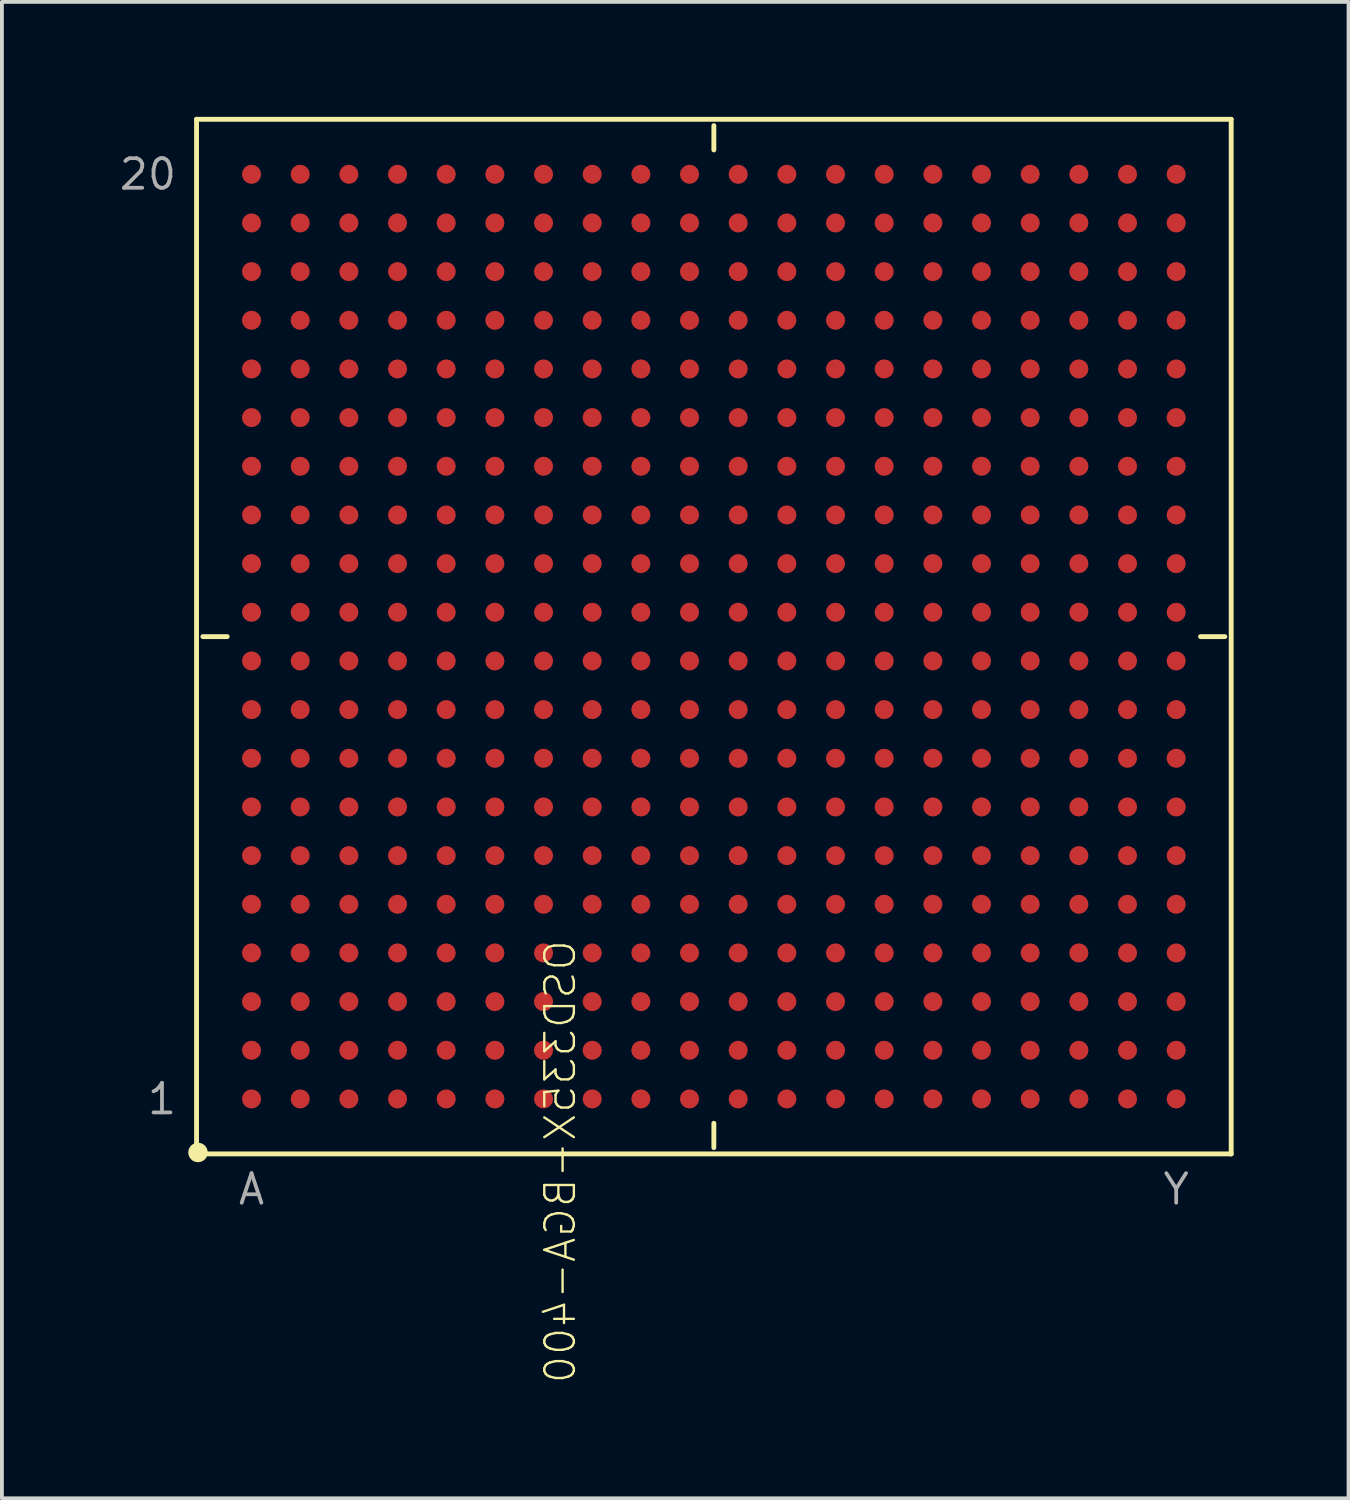
<source format=kicad_pcb>
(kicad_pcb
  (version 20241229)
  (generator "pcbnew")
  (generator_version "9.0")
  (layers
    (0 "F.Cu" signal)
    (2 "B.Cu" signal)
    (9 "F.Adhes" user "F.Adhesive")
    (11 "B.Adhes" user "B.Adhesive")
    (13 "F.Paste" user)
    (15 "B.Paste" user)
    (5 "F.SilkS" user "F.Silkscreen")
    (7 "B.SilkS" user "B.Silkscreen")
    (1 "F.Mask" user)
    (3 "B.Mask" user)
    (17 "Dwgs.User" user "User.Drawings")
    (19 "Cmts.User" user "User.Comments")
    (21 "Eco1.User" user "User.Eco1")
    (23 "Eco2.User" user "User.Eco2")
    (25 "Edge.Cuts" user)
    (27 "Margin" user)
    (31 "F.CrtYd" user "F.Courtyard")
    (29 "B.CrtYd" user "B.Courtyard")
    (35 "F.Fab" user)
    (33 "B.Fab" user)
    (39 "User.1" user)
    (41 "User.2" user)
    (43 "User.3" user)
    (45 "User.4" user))
  (footprint "OSD335X-BGA-400"
    (layer "F.Cu")
    (at 15.579 13.563)
    (property "Reference" "OSD335X-BGA-400" (at -3.556 7.874 90) (layer "F.SilkS") (effects (font (size 0.772 0.772) (thickness 0.062)) (justify left bottom mirror)))
    (attr through_hole)
    (fp_line (start -13.5 -13.5) (end -13.5 13.5) (stroke (width 0.127) (type solid)) (layer "F.SilkS"))
    (fp_line (start -13.5 13.5) (end 13.5 13.5) (stroke (width 0.127) (type solid)) (layer "F.SilkS"))
    (fp_line (start -13.335 0) (end -12.7 0) (stroke (width 0.127) (type solid)) (layer "F.SilkS"))
    (fp_line (start 0 -12.7) (end 0 -13.335) (stroke (width 0.127) (type solid)) (layer "F.SilkS"))
    (fp_line (start 0 12.7) (end 0 13.335) (stroke (width 0.127) (type solid)) (layer "F.SilkS"))
    (fp_line (start 12.7 0) (end 13.335 0) (stroke (width 0.127) (type solid)) (layer "F.SilkS"))
    (fp_line (start 13.5 -13.5) (end -13.5 -13.5) (stroke (width 0.127) (type solid)) (layer "F.SilkS"))
    (fp_line (start 13.5 13.5) (end 13.5 -13.5) (stroke (width 0.127) (type solid)) (layer "F.SilkS"))
    (fp_circle (center -13.462 13.462) (end -13.335 13.462) (stroke (width 0.254) (type solid)) (fill no) (layer "F.SilkS"))
    (fp_text user "20" (at -13.97 -12.065 0) (layer "F.Fab") (effects (font (size 0.772 0.772) (thickness 0.098)) (justify right)))
    (fp_text user "1" (at -13.97 12.065 0) (layer "F.Fab") (effects (font (size 0.772 0.772) (thickness 0.098)) (justify right)))
    (fp_text user "A" (at -12.065 13.97 0) (layer "F.Fab") (effects (font (size 0.772 0.772) (thickness 0.098)) (justify top)))
    (fp_text user "Y" (at 12.065 13.97 0) (layer "F.Fab") (effects (font (size 0.772 0.772) (thickness 0.098)) (justify top)))
    (pad "A1" smd roundrect (at -12.065 12.065) (size 0.5 0.5) (layers "F.Cu" "F.Mask" "F.Paste") (roundrect_rratio 0.5))
    (pad "A2" smd roundrect (at -12.065 10.795 90) (size 0.5 0.5) (layers "F.Cu" "F.Mask" "F.Paste") (roundrect_rratio 0.5))
    (pad "A3" smd roundrect (at -12.065 9.525 90) (size 0.5 0.5) (layers "F.Cu" "F.Mask" "F.Paste") (roundrect_rratio 0.5))
    (pad "A4" smd roundrect (at -12.065 8.255 90) (size 0.5 0.5) (layers "F.Cu" "F.Mask" "F.Paste") (roundrect_rratio 0.5))
    (pad "A5" smd roundrect (at -12.065 6.985 90) (size 0.5 0.5) (layers "F.Cu" "F.Mask" "F.Paste") (roundrect_rratio 0.5))
    (pad "A6" smd roundrect (at -12.065 5.715 90) (size 0.5 0.5) (layers "F.Cu" "F.Mask" "F.Paste") (roundrect_rratio 0.5))
    (pad "A7" smd roundrect (at -12.065 4.445 90) (size 0.5 0.5) (layers "F.Cu" "F.Mask" "F.Paste") (roundrect_rratio 0.5))
    (pad "A8" smd roundrect (at -12.065 3.175 90) (size 0.5 0.5) (layers "F.Cu" "F.Mask" "F.Paste") (roundrect_rratio 0.5))
    (pad "A9" smd roundrect (at -12.065 1.905 90) (size 0.5 0.5) (layers "F.Cu" "F.Mask" "F.Paste") (roundrect_rratio 0.5))
    (pad "A10" smd roundrect (at -12.065 0.635 90) (size 0.5 0.5) (layers "F.Cu" "F.Mask" "F.Paste") (roundrect_rratio 0.5))
    (pad "A11" smd roundrect (at -12.065 -0.635 90) (size 0.5 0.5) (layers "F.Cu" "F.Mask" "F.Paste") (roundrect_rratio 0.5))
    (pad "A12" smd roundrect (at -12.065 -1.905 90) (size 0.5 0.5) (layers "F.Cu" "F.Mask" "F.Paste") (roundrect_rratio 0.5))
    (pad "A13" smd roundrect (at -12.065 -3.175 90) (size 0.5 0.5) (layers "F.Cu" "F.Mask" "F.Paste") (roundrect_rratio 0.5))
    (pad "A14" smd roundrect (at -12.065 -4.445 90) (size 0.5 0.5) (layers "F.Cu" "F.Mask" "F.Paste") (roundrect_rratio 0.5))
    (pad "A15" smd roundrect (at -12.065 -5.715 90) (size 0.5 0.5) (layers "F.Cu" "F.Mask" "F.Paste") (roundrect_rratio 0.5))
    (pad "A16" smd roundrect (at -12.065 -6.985 90) (size 0.5 0.5) (layers "F.Cu" "F.Mask" "F.Paste") (roundrect_rratio 0.5))
    (pad "A17" smd roundrect (at -12.065 -8.255 90) (size 0.5 0.5) (layers "F.Cu" "F.Mask" "F.Paste") (roundrect_rratio 0.5))
    (pad "A18" smd roundrect (at -12.065 -9.525 90) (size 0.5 0.5) (layers "F.Cu" "F.Mask" "F.Paste") (roundrect_rratio 0.5))
    (pad "A19" smd roundrect (at -12.065 -10.795 90) (size 0.5 0.5) (layers "F.Cu" "F.Mask" "F.Paste") (roundrect_rratio 0.5))
    (pad "A20" smd roundrect (at -12.065 -12.065 90) (size 0.5 0.5) (layers "F.Cu" "F.Mask" "F.Paste") (roundrect_rratio 0.5))
    (pad "B1" smd roundrect (at -10.795 12.065 90) (size 0.5 0.5) (layers "F.Cu" "F.Mask" "F.Paste") (roundrect_rratio 0.5))
    (pad "B2" smd roundrect (at -10.795 10.795 90) (size 0.5 0.5) (layers "F.Cu" "F.Mask" "F.Paste") (roundrect_rratio 0.5))
    (pad "B3" smd roundrect (at -10.795 9.525 90) (size 0.5 0.5) (layers "F.Cu" "F.Mask" "F.Paste") (roundrect_rratio 0.5))
    (pad "B4" smd roundrect (at -10.795 8.255 90) (size 0.5 0.5) (layers "F.Cu" "F.Mask" "F.Paste") (roundrect_rratio 0.5))
    (pad "B5" smd roundrect (at -10.795 6.985 90) (size 0.5 0.5) (layers "F.Cu" "F.Mask" "F.Paste") (roundrect_rratio 0.5))
    (pad "B6" smd roundrect (at -10.795 5.715 90) (size 0.5 0.5) (layers "F.Cu" "F.Mask" "F.Paste") (roundrect_rratio 0.5))
    (pad "B7" smd roundrect (at -10.795 4.445 90) (size 0.5 0.5) (layers "F.Cu" "F.Mask" "F.Paste") (roundrect_rratio 0.5))
    (pad "B8" smd roundrect (at -10.795 3.175 90) (size 0.5 0.5) (layers "F.Cu" "F.Mask" "F.Paste") (roundrect_rratio 0.5))
    (pad "B9" smd roundrect (at -10.795 1.905 90) (size 0.5 0.5) (layers "F.Cu" "F.Mask" "F.Paste") (roundrect_rratio 0.5))
    (pad "B10" smd roundrect (at -10.795 0.635 90) (size 0.5 0.5) (layers "F.Cu" "F.Mask" "F.Paste") (roundrect_rratio 0.5))
    (pad "B11" smd roundrect (at -10.795 -0.635 90) (size 0.5 0.5) (layers "F.Cu" "F.Mask" "F.Paste") (roundrect_rratio 0.5))
    (pad "B12" smd roundrect (at -10.795 -1.905 90) (size 0.5 0.5) (layers "F.Cu" "F.Mask" "F.Paste") (roundrect_rratio 0.5))
    (pad "B13" smd roundrect (at -10.795 -3.175 90) (size 0.5 0.5) (layers "F.Cu" "F.Mask" "F.Paste") (roundrect_rratio 0.5))
    (pad "B14" smd roundrect (at -10.795 -4.445 90) (size 0.5 0.5) (layers "F.Cu" "F.Mask" "F.Paste") (roundrect_rratio 0.5))
    (pad "B15" smd roundrect (at -10.795 -5.715 90) (size 0.5 0.5) (layers "F.Cu" "F.Mask" "F.Paste") (roundrect_rratio 0.5))
    (pad "B16" smd roundrect (at -10.795 -6.985 90) (size 0.5 0.5) (layers "F.Cu" "F.Mask" "F.Paste") (roundrect_rratio 0.5))
    (pad "B17" smd roundrect (at -10.795 -8.255 90) (size 0.5 0.5) (layers "F.Cu" "F.Mask" "F.Paste") (roundrect_rratio 0.5))
    (pad "B18" smd roundrect (at -10.795 -9.525 90) (size 0.5 0.5) (layers "F.Cu" "F.Mask" "F.Paste") (roundrect_rratio 0.5))
    (pad "B19" smd roundrect (at -10.795 -10.795 90) (size 0.5 0.5) (layers "F.Cu" "F.Mask" "F.Paste") (roundrect_rratio 0.5))
    (pad "B20" smd roundrect (at -10.795 -12.065 90) (size 0.5 0.5) (layers "F.Cu" "F.Mask" "F.Paste") (roundrect_rratio 0.5))
    (pad "C1" smd roundrect (at -9.525 12.065 90) (size 0.5 0.5) (layers "F.Cu" "F.Mask" "F.Paste") (roundrect_rratio 0.5))
    (pad "C2" smd roundrect (at -9.525 10.795 90) (size 0.5 0.5) (layers "F.Cu" "F.Mask" "F.Paste") (roundrect_rratio 0.5))
    (pad "C3" smd roundrect (at -9.525 9.525 90) (size 0.5 0.5) (layers "F.Cu" "F.Mask" "F.Paste") (roundrect_rratio 0.5))
    (pad "C4" smd roundrect (at -9.525 8.255 90) (size 0.5 0.5) (layers "F.Cu" "F.Mask" "F.Paste") (roundrect_rratio 0.5))
    (pad "C5" smd roundrect (at -9.525 6.985 90) (size 0.5 0.5) (layers "F.Cu" "F.Mask" "F.Paste") (roundrect_rratio 0.5))
    (pad "C6" smd roundrect (at -9.525 5.715 90) (size 0.5 0.5) (layers "F.Cu" "F.Mask" "F.Paste") (roundrect_rratio 0.5))
    (pad "C7" smd roundrect (at -9.525 4.445 90) (size 0.5 0.5) (layers "F.Cu" "F.Mask" "F.Paste") (roundrect_rratio 0.5))
    (pad "C8" smd roundrect (at -9.525 3.175 90) (size 0.5 0.5) (layers "F.Cu" "F.Mask" "F.Paste") (roundrect_rratio 0.5))
    (pad "C9" smd roundrect (at -9.525 1.905 90) (size 0.5 0.5) (layers "F.Cu" "F.Mask" "F.Paste") (roundrect_rratio 0.5))
    (pad "C10" smd roundrect (at -9.525 0.635 90) (size 0.5 0.5) (layers "F.Cu" "F.Mask" "F.Paste") (roundrect_rratio 0.5))
    (pad "C11" smd roundrect (at -9.525 -0.635 90) (size 0.5 0.5) (layers "F.Cu" "F.Mask" "F.Paste") (roundrect_rratio 0.5))
    (pad "C12" smd roundrect (at -9.525 -1.905 90) (size 0.5 0.5) (layers "F.Cu" "F.Mask" "F.Paste") (roundrect_rratio 0.5))
    (pad "C13" smd roundrect (at -9.525 -3.175 90) (size 0.5 0.5) (layers "F.Cu" "F.Mask" "F.Paste") (roundrect_rratio 0.5))
    (pad "C14" smd roundrect (at -9.525 -4.445 90) (size 0.5 0.5) (layers "F.Cu" "F.Mask" "F.Paste") (roundrect_rratio 0.5))
    (pad "C15" smd roundrect (at -9.525 -5.715 90) (size 0.5 0.5) (layers "F.Cu" "F.Mask" "F.Paste") (roundrect_rratio 0.5))
    (pad "C16" smd roundrect (at -9.525 -6.985 90) (size 0.5 0.5) (layers "F.Cu" "F.Mask" "F.Paste") (roundrect_rratio 0.5))
    (pad "C17" smd roundrect (at -9.525 -8.255 90) (size 0.5 0.5) (layers "F.Cu" "F.Mask" "F.Paste") (roundrect_rratio 0.5))
    (pad "C18" smd roundrect (at -9.525 -9.525 90) (size 0.5 0.5) (layers "F.Cu" "F.Mask" "F.Paste") (roundrect_rratio 0.5))
    (pad "C19" smd roundrect (at -9.525 -10.795 90) (size 0.5 0.5) (layers "F.Cu" "F.Mask" "F.Paste") (roundrect_rratio 0.5))
    (pad "C20" smd roundrect (at -9.525 -12.065 90) (size 0.5 0.5) (layers "F.Cu" "F.Mask" "F.Paste") (roundrect_rratio 0.5))
    (pad "D1" smd roundrect (at -8.255 12.065 90) (size 0.5 0.5) (layers "F.Cu" "F.Mask" "F.Paste") (roundrect_rratio 0.5))
    (pad "D2" smd roundrect (at -8.255 10.795 90) (size 0.5 0.5) (layers "F.Cu" "F.Mask" "F.Paste") (roundrect_rratio 0.5))
    (pad "D3" smd roundrect (at -8.255 9.525 90) (size 0.5 0.5) (layers "F.Cu" "F.Mask" "F.Paste") (roundrect_rratio 0.5))
    (pad "D4" smd roundrect (at -8.255 8.255 90) (size 0.5 0.5) (layers "F.Cu" "F.Mask" "F.Paste") (roundrect_rratio 0.5))
    (pad "D5" smd roundrect (at -8.255 6.985 90) (size 0.5 0.5) (layers "F.Cu" "F.Mask" "F.Paste") (roundrect_rratio 0.5))
    (pad "D6" smd roundrect (at -8.255 5.715 90) (size 0.5 0.5) (layers "F.Cu" "F.Mask" "F.Paste") (roundrect_rratio 0.5))
    (pad "D7" smd roundrect (at -8.255 4.445 90) (size 0.5 0.5) (layers "F.Cu" "F.Mask" "F.Paste") (roundrect_rratio 0.5))
    (pad "D8" smd roundrect (at -8.255 3.175 90) (size 0.5 0.5) (layers "F.Cu" "F.Mask" "F.Paste") (roundrect_rratio 0.5))
    (pad "D9" smd roundrect (at -8.255 1.905 90) (size 0.5 0.5) (layers "F.Cu" "F.Mask" "F.Paste") (roundrect_rratio 0.5))
    (pad "D10" smd roundrect (at -8.255 0.635 90) (size 0.5 0.5) (layers "F.Cu" "F.Mask" "F.Paste") (roundrect_rratio 0.5))
    (pad "D11" smd roundrect (at -8.255 -0.635 90) (size 0.5 0.5) (layers "F.Cu" "F.Mask" "F.Paste") (roundrect_rratio 0.5))
    (pad "D12" smd roundrect (at -8.255 -1.905 90) (size 0.5 0.5) (layers "F.Cu" "F.Mask" "F.Paste") (roundrect_rratio 0.5))
    (pad "D13" smd roundrect (at -8.255 -3.175 90) (size 0.5 0.5) (layers "F.Cu" "F.Mask" "F.Paste") (roundrect_rratio 0.5))
    (pad "D14" smd roundrect (at -8.255 -4.445 90) (size 0.5 0.5) (layers "F.Cu" "F.Mask" "F.Paste") (roundrect_rratio 0.5))
    (pad "D15" smd roundrect (at -8.255 -5.715 90) (size 0.5 0.5) (layers "F.Cu" "F.Mask" "F.Paste") (roundrect_rratio 0.5))
    (pad "D16" smd roundrect (at -8.255 -6.985 90) (size 0.5 0.5) (layers "F.Cu" "F.Mask" "F.Paste") (roundrect_rratio 0.5))
    (pad "D17" smd roundrect (at -8.255 -8.255 90) (size 0.5 0.5) (layers "F.Cu" "F.Mask" "F.Paste") (roundrect_rratio 0.5))
    (pad "D18" smd roundrect (at -8.255 -9.525 90) (size 0.5 0.5) (layers "F.Cu" "F.Mask" "F.Paste") (roundrect_rratio 0.5))
    (pad "D19" smd roundrect (at -8.255 -10.795 90) (size 0.5 0.5) (layers "F.Cu" "F.Mask" "F.Paste") (roundrect_rratio 0.5))
    (pad "D20" smd roundrect (at -8.255 -12.065 90) (size 0.5 0.5) (layers "F.Cu" "F.Mask" "F.Paste") (roundrect_rratio 0.5))
    (pad "E1" smd roundrect (at -6.985 12.065) (size 0.5 0.5) (layers "F.Cu" "F.Mask" "F.Paste") (roundrect_rratio 0.5))
    (pad "E2" smd roundrect (at -6.985 10.795) (size 0.5 0.5) (layers "F.Cu" "F.Mask" "F.Paste") (roundrect_rratio 0.5))
    (pad "E3" smd roundrect (at -6.985 9.525) (size 0.5 0.5) (layers "F.Cu" "F.Mask" "F.Paste") (roundrect_rratio 0.5))
    (pad "E4" smd roundrect (at -6.985 8.255) (size 0.5 0.5) (layers "F.Cu" "F.Mask" "F.Paste") (roundrect_rratio 0.5))
    (pad "E5" smd roundrect (at -6.985 6.985) (size 0.5 0.5) (layers "F.Cu" "F.Mask" "F.Paste") (roundrect_rratio 0.5))
    (pad "E6" smd roundrect (at -6.985 5.715) (size 0.5 0.5) (layers "F.Cu" "F.Mask" "F.Paste") (roundrect_rratio 0.5))
    (pad "E7" smd roundrect (at -6.985 4.445) (size 0.5 0.5) (layers "F.Cu" "F.Mask" "F.Paste") (roundrect_rratio 0.5))
    (pad "E8" smd roundrect (at -6.985 3.175) (size 0.5 0.5) (layers "F.Cu" "F.Mask" "F.Paste") (roundrect_rratio 0.5))
    (pad "E9" smd roundrect (at -6.985 1.905) (size 0.5 0.5) (layers "F.Cu" "F.Mask" "F.Paste") (roundrect_rratio 0.5))
    (pad "E10" smd roundrect (at -6.985 0.635) (size 0.5 0.5) (layers "F.Cu" "F.Mask" "F.Paste") (roundrect_rratio 0.5))
    (pad "E11" smd roundrect (at -6.985 -0.635) (size 0.5 0.5) (layers "F.Cu" "F.Mask" "F.Paste") (roundrect_rratio 0.5))
    (pad "E12" smd roundrect (at -6.985 -1.905) (size 0.5 0.5) (layers "F.Cu" "F.Mask" "F.Paste") (roundrect_rratio 0.5))
    (pad "E13" smd roundrect (at -6.985 -3.175) (size 0.5 0.5) (layers "F.Cu" "F.Mask" "F.Paste") (roundrect_rratio 0.5))
    (pad "E14" smd roundrect (at -6.985 -4.445) (size 0.5 0.5) (layers "F.Cu" "F.Mask" "F.Paste") (roundrect_rratio 0.5))
    (pad "E15" smd roundrect (at -6.985 -5.715) (size 0.5 0.5) (layers "F.Cu" "F.Mask" "F.Paste") (roundrect_rratio 0.5))
    (pad "E16" smd roundrect (at -6.985 -6.985) (size 0.5 0.5) (layers "F.Cu" "F.Mask" "F.Paste") (roundrect_rratio 0.5))
    (pad "E17" smd roundrect (at -6.985 -8.255) (size 0.5 0.5) (layers "F.Cu" "F.Mask" "F.Paste") (roundrect_rratio 0.5))
    (pad "E18" smd roundrect (at -6.985 -9.525) (size 0.5 0.5) (layers "F.Cu" "F.Mask" "F.Paste") (roundrect_rratio 0.5))
    (pad "E19" smd roundrect (at -6.985 -10.795) (size 0.5 0.5) (layers "F.Cu" "F.Mask" "F.Paste") (roundrect_rratio 0.5))
    (pad "E20" smd roundrect (at -6.985 -12.065) (size 0.5 0.5) (layers "F.Cu" "F.Mask" "F.Paste") (roundrect_rratio 0.5))
    (pad "F1" smd roundrect (at -5.715 12.065) (size 0.5 0.5) (layers "F.Cu" "F.Mask" "F.Paste") (roundrect_rratio 0.5))
    (pad "F2" smd roundrect (at -5.715 10.795) (size 0.5 0.5) (layers "F.Cu" "F.Mask" "F.Paste") (roundrect_rratio 0.5))
    (pad "F3" smd roundrect (at -5.715 9.525) (size 0.5 0.5) (layers "F.Cu" "F.Mask" "F.Paste") (roundrect_rratio 0.5))
    (pad "F4" smd roundrect (at -5.715 8.255) (size 0.5 0.5) (layers "F.Cu" "F.Mask" "F.Paste") (roundrect_rratio 0.5))
    (pad "F5" smd roundrect (at -5.715 6.985) (size 0.5 0.5) (layers "F.Cu" "F.Mask" "F.Paste") (roundrect_rratio 0.5))
    (pad "F6" smd roundrect (at -5.715 5.715) (size 0.5 0.5) (layers "F.Cu" "F.Mask" "F.Paste") (roundrect_rratio 0.5))
    (pad "F7" smd roundrect (at -5.715 4.445) (size 0.5 0.5) (layers "F.Cu" "F.Mask" "F.Paste") (roundrect_rratio 0.5))
    (pad "F8" smd roundrect (at -5.715 3.175) (size 0.5 0.5) (layers "F.Cu" "F.Mask" "F.Paste") (roundrect_rratio 0.5))
    (pad "F9" smd roundrect (at -5.715 1.905) (size 0.5 0.5) (layers "F.Cu" "F.Mask" "F.Paste") (roundrect_rratio 0.5))
    (pad "F10" smd roundrect (at -5.715 0.635) (size 0.5 0.5) (layers "F.Cu" "F.Mask" "F.Paste") (roundrect_rratio 0.5))
    (pad "F11" smd roundrect (at -5.715 -0.635) (size 0.5 0.5) (layers "F.Cu" "F.Mask" "F.Paste") (roundrect_rratio 0.5))
    (pad "F12" smd roundrect (at -5.715 -1.905) (size 0.5 0.5) (layers "F.Cu" "F.Mask" "F.Paste") (roundrect_rratio 0.5))
    (pad "F13" smd roundrect (at -5.715 -3.175) (size 0.5 0.5) (layers "F.Cu" "F.Mask" "F.Paste") (roundrect_rratio 0.5))
    (pad "F14" smd roundrect (at -5.715 -4.445) (size 0.5 0.5) (layers "F.Cu" "F.Mask" "F.Paste") (roundrect_rratio 0.5))
    (pad "F15" smd roundrect (at -5.715 -5.715) (size 0.5 0.5) (layers "F.Cu" "F.Mask" "F.Paste") (roundrect_rratio 0.5))
    (pad "F16" smd roundrect (at -5.715 -6.985) (size 0.5 0.5) (layers "F.Cu" "F.Mask" "F.Paste") (roundrect_rratio 0.5))
    (pad "F17" smd roundrect (at -5.715 -8.255) (size 0.5 0.5) (layers "F.Cu" "F.Mask" "F.Paste") (roundrect_rratio 0.5))
    (pad "F18" smd roundrect (at -5.715 -9.525) (size 0.5 0.5) (layers "F.Cu" "F.Mask" "F.Paste") (roundrect_rratio 0.5))
    (pad "F19" smd roundrect (at -5.715 -10.795) (size 0.5 0.5) (layers "F.Cu" "F.Mask" "F.Paste") (roundrect_rratio 0.5))
    (pad "F20" smd roundrect (at -5.715 -12.065) (size 0.5 0.5) (layers "F.Cu" "F.Mask" "F.Paste") (roundrect_rratio 0.5))
    (pad "G1" smd roundrect (at -4.445 12.065) (size 0.5 0.5) (layers "F.Cu" "F.Mask" "F.Paste") (roundrect_rratio 0.5))
    (pad "G2" smd roundrect (at -4.445 10.795) (size 0.5 0.5) (layers "F.Cu" "F.Mask" "F.Paste") (roundrect_rratio 0.5))
    (pad "G3" smd roundrect (at -4.445 9.525) (size 0.5 0.5) (layers "F.Cu" "F.Mask" "F.Paste") (roundrect_rratio 0.5))
    (pad "G4" smd roundrect (at -4.445 8.255) (size 0.5 0.5) (layers "F.Cu" "F.Mask" "F.Paste") (roundrect_rratio 0.5))
    (pad "G5" smd roundrect (at -4.445 6.985) (size 0.5 0.5) (layers "F.Cu" "F.Mask" "F.Paste") (roundrect_rratio 0.5))
    (pad "G6" smd roundrect (at -4.445 5.715) (size 0.5 0.5) (layers "F.Cu" "F.Mask" "F.Paste") (roundrect_rratio 0.5))
    (pad "G7" smd roundrect (at -4.445 4.445) (size 0.5 0.5) (layers "F.Cu" "F.Mask" "F.Paste") (roundrect_rratio 0.5))
    (pad "G8" smd roundrect (at -4.445 3.175) (size 0.5 0.5) (layers "F.Cu" "F.Mask" "F.Paste") (roundrect_rratio 0.5))
    (pad "G9" smd roundrect (at -4.445 1.905) (size 0.5 0.5) (layers "F.Cu" "F.Mask" "F.Paste") (roundrect_rratio 0.5))
    (pad "G10" smd roundrect (at -4.445 0.635) (size 0.5 0.5) (layers "F.Cu" "F.Mask" "F.Paste") (roundrect_rratio 0.5))
    (pad "G11" smd roundrect (at -4.445 -0.635) (size 0.5 0.5) (layers "F.Cu" "F.Mask" "F.Paste") (roundrect_rratio 0.5))
    (pad "G12" smd roundrect (at -4.445 -1.905) (size 0.5 0.5) (layers "F.Cu" "F.Mask" "F.Paste") (roundrect_rratio 0.5))
    (pad "G13" smd roundrect (at -4.445 -3.175) (size 0.5 0.5) (layers "F.Cu" "F.Mask" "F.Paste") (roundrect_rratio 0.5))
    (pad "G14" smd roundrect (at -4.445 -4.445) (size 0.5 0.5) (layers "F.Cu" "F.Mask" "F.Paste") (roundrect_rratio 0.5))
    (pad "G15" smd roundrect (at -4.445 -5.715) (size 0.5 0.5) (layers "F.Cu" "F.Mask" "F.Paste") (roundrect_rratio 0.5))
    (pad "G16" smd roundrect (at -4.445 -6.985) (size 0.5 0.5) (layers "F.Cu" "F.Mask" "F.Paste") (roundrect_rratio 0.5))
    (pad "G17" smd roundrect (at -4.445 -8.255) (size 0.5 0.5) (layers "F.Cu" "F.Mask" "F.Paste") (roundrect_rratio 0.5))
    (pad "G18" smd roundrect (at -4.445 -9.525) (size 0.5 0.5) (layers "F.Cu" "F.Mask" "F.Paste") (roundrect_rratio 0.5))
    (pad "G19" smd roundrect (at -4.445 -10.795) (size 0.5 0.5) (layers "F.Cu" "F.Mask" "F.Paste") (roundrect_rratio 0.5))
    (pad "G20" smd roundrect (at -4.445 -12.065) (size 0.5 0.5) (layers "F.Cu" "F.Mask" "F.Paste") (roundrect_rratio 0.5))
    (pad "H1" smd roundrect (at -3.175 12.065) (size 0.5 0.5) (layers "F.Cu" "F.Mask" "F.Paste") (roundrect_rratio 0.5))
    (pad "H2" smd roundrect (at -3.175 10.795) (size 0.5 0.5) (layers "F.Cu" "F.Mask" "F.Paste") (roundrect_rratio 0.5))
    (pad "H3" smd roundrect (at -3.175 9.525) (size 0.5 0.5) (layers "F.Cu" "F.Mask" "F.Paste") (roundrect_rratio 0.5))
    (pad "H4" smd roundrect (at -3.175 8.255) (size 0.5 0.5) (layers "F.Cu" "F.Mask" "F.Paste") (roundrect_rratio 0.5))
    (pad "H5" smd roundrect (at -3.175 6.985) (size 0.5 0.5) (layers "F.Cu" "F.Mask" "F.Paste") (roundrect_rratio 0.5))
    (pad "H6" smd roundrect (at -3.175 5.715) (size 0.5 0.5) (layers "F.Cu" "F.Mask" "F.Paste") (roundrect_rratio 0.5))
    (pad "H7" smd roundrect (at -3.175 4.445) (size 0.5 0.5) (layers "F.Cu" "F.Mask" "F.Paste") (roundrect_rratio 0.5))
    (pad "H8" smd roundrect (at -3.175 3.175) (size 0.5 0.5) (layers "F.Cu" "F.Mask" "F.Paste") (roundrect_rratio 0.5))
    (pad "H9" smd roundrect (at -3.175 1.905) (size 0.5 0.5) (layers "F.Cu" "F.Mask" "F.Paste") (roundrect_rratio 0.5))
    (pad "H10" smd roundrect (at -3.175 0.635) (size 0.5 0.5) (layers "F.Cu" "F.Mask" "F.Paste") (roundrect_rratio 0.5))
    (pad "H11" smd roundrect (at -3.175 -0.635) (size 0.5 0.5) (layers "F.Cu" "F.Mask" "F.Paste") (roundrect_rratio 0.5))
    (pad "H12" smd roundrect (at -3.175 -1.905) (size 0.5 0.5) (layers "F.Cu" "F.Mask" "F.Paste") (roundrect_rratio 0.5))
    (pad "H13" smd roundrect (at -3.175 -3.175) (size 0.5 0.5) (layers "F.Cu" "F.Mask" "F.Paste") (roundrect_rratio 0.5))
    (pad "H14" smd roundrect (at -3.175 -4.445) (size 0.5 0.5) (layers "F.Cu" "F.Mask" "F.Paste") (roundrect_rratio 0.5))
    (pad "H15" smd roundrect (at -3.175 -5.715) (size 0.5 0.5) (layers "F.Cu" "F.Mask" "F.Paste") (roundrect_rratio 0.5))
    (pad "H16" smd roundrect (at -3.175 -6.985) (size 0.5 0.5) (layers "F.Cu" "F.Mask" "F.Paste") (roundrect_rratio 0.5))
    (pad "H17" smd roundrect (at -3.175 -8.255) (size 0.5 0.5) (layers "F.Cu" "F.Mask" "F.Paste") (roundrect_rratio 0.5))
    (pad "H18" smd roundrect (at -3.175 -9.525) (size 0.5 0.5) (layers "F.Cu" "F.Mask" "F.Paste") (roundrect_rratio 0.5))
    (pad "H19" smd roundrect (at -3.175 -10.795) (size 0.5 0.5) (layers "F.Cu" "F.Mask" "F.Paste") (roundrect_rratio 0.5))
    (pad "H20" smd roundrect (at -3.175 -12.065) (size 0.5 0.5) (layers "F.Cu" "F.Mask" "F.Paste") (roundrect_rratio 0.5))
    (pad "J1" smd roundrect (at -1.905 12.065) (size 0.5 0.5) (layers "F.Cu" "F.Mask" "F.Paste") (roundrect_rratio 0.5))
    (pad "J2" smd roundrect (at -1.905 10.795) (size 0.5 0.5) (layers "F.Cu" "F.Mask" "F.Paste") (roundrect_rratio 0.5))
    (pad "J3" smd roundrect (at -1.905 9.525) (size 0.5 0.5) (layers "F.Cu" "F.Mask" "F.Paste") (roundrect_rratio 0.5))
    (pad "J4" smd roundrect (at -1.905 8.255) (size 0.5 0.5) (layers "F.Cu" "F.Mask" "F.Paste") (roundrect_rratio 0.5))
    (pad "J5" smd roundrect (at -1.905 6.985) (size 0.5 0.5) (layers "F.Cu" "F.Mask" "F.Paste") (roundrect_rratio 0.5))
    (pad "J6" smd roundrect (at -1.905 5.715) (size 0.5 0.5) (layers "F.Cu" "F.Mask" "F.Paste") (roundrect_rratio 0.5))
    (pad "J7" smd roundrect (at -1.905 4.445) (size 0.5 0.5) (layers "F.Cu" "F.Mask" "F.Paste") (roundrect_rratio 0.5))
    (pad "J8" smd roundrect (at -1.905 3.175) (size 0.5 0.5) (layers "F.Cu" "F.Mask" "F.Paste") (roundrect_rratio 0.5))
    (pad "J9" smd roundrect (at -1.905 1.905) (size 0.5 0.5) (layers "F.Cu" "F.Mask" "F.Paste") (roundrect_rratio 0.5))
    (pad "J10" smd roundrect (at -1.905 0.635) (size 0.5 0.5) (layers "F.Cu" "F.Mask" "F.Paste") (roundrect_rratio 0.5))
    (pad "J11" smd roundrect (at -1.905 -0.635) (size 0.5 0.5) (layers "F.Cu" "F.Mask" "F.Paste") (roundrect_rratio 0.5))
    (pad "J12" smd roundrect (at -1.905 -1.905) (size 0.5 0.5) (layers "F.Cu" "F.Mask" "F.Paste") (roundrect_rratio 0.5))
    (pad "J13" smd roundrect (at -1.905 -3.175) (size 0.5 0.5) (layers "F.Cu" "F.Mask" "F.Paste") (roundrect_rratio 0.5))
    (pad "J14" smd roundrect (at -1.905 -4.445) (size 0.5 0.5) (layers "F.Cu" "F.Mask" "F.Paste") (roundrect_rratio 0.5))
    (pad "J15" smd roundrect (at -1.905 -5.715) (size 0.5 0.5) (layers "F.Cu" "F.Mask" "F.Paste") (roundrect_rratio 0.5))
    (pad "J16" smd roundrect (at -1.905 -6.985) (size 0.5 0.5) (layers "F.Cu" "F.Mask" "F.Paste") (roundrect_rratio 0.5))
    (pad "J17" smd roundrect (at -1.905 -8.255) (size 0.5 0.5) (layers "F.Cu" "F.Mask" "F.Paste") (roundrect_rratio 0.5))
    (pad "J18" smd roundrect (at -1.905 -9.525) (size 0.5 0.5) (layers "F.Cu" "F.Mask" "F.Paste") (roundrect_rratio 0.5))
    (pad "J19" smd roundrect (at -1.905 -10.795) (size 0.5 0.5) (layers "F.Cu" "F.Mask" "F.Paste") (roundrect_rratio 0.5))
    (pad "J20" smd roundrect (at -1.905 -12.065) (size 0.5 0.5) (layers "F.Cu" "F.Mask" "F.Paste") (roundrect_rratio 0.5))
    (pad "K1" smd roundrect (at -0.635 12.065) (size 0.5 0.5) (layers "F.Cu" "F.Mask" "F.Paste") (roundrect_rratio 0.5))
    (pad "K2" smd roundrect (at -0.635 10.795) (size 0.5 0.5) (layers "F.Cu" "F.Mask" "F.Paste") (roundrect_rratio 0.5))
    (pad "K3" smd roundrect (at -0.635 9.525) (size 0.5 0.5) (layers "F.Cu" "F.Mask" "F.Paste") (roundrect_rratio 0.5))
    (pad "K4" smd roundrect (at -0.635 8.255) (size 0.5 0.5) (layers "F.Cu" "F.Mask" "F.Paste") (roundrect_rratio 0.5))
    (pad "K5" smd roundrect (at -0.635 6.985) (size 0.5 0.5) (layers "F.Cu" "F.Mask" "F.Paste") (roundrect_rratio 0.5))
    (pad "K6" smd roundrect (at -0.635 5.715) (size 0.5 0.5) (layers "F.Cu" "F.Mask" "F.Paste") (roundrect_rratio 0.5))
    (pad "K7" smd roundrect (at -0.635 4.445) (size 0.5 0.5) (layers "F.Cu" "F.Mask" "F.Paste") (roundrect_rratio 0.5))
    (pad "K8" smd roundrect (at -0.635 3.175) (size 0.5 0.5) (layers "F.Cu" "F.Mask" "F.Paste") (roundrect_rratio 0.5))
    (pad "K9" smd roundrect (at -0.635 1.905) (size 0.5 0.5) (layers "F.Cu" "F.Mask" "F.Paste") (roundrect_rratio 0.5))
    (pad "K10" smd roundrect (at -0.635 0.635) (size 0.5 0.5) (layers "F.Cu" "F.Mask" "F.Paste") (roundrect_rratio 0.5))
    (pad "K11" smd roundrect (at -0.635 -0.635) (size 0.5 0.5) (layers "F.Cu" "F.Mask" "F.Paste") (roundrect_rratio 0.5))
    (pad "K12" smd roundrect (at -0.635 -1.905) (size 0.5 0.5) (layers "F.Cu" "F.Mask" "F.Paste") (roundrect_rratio 0.5))
    (pad "K13" smd roundrect (at -0.635 -3.175) (size 0.5 0.5) (layers "F.Cu" "F.Mask" "F.Paste") (roundrect_rratio 0.5))
    (pad "K14" smd roundrect (at -0.635 -4.445) (size 0.5 0.5) (layers "F.Cu" "F.Mask" "F.Paste") (roundrect_rratio 0.5))
    (pad "K15" smd roundrect (at -0.635 -5.715) (size 0.5 0.5) (layers "F.Cu" "F.Mask" "F.Paste") (roundrect_rratio 0.5))
    (pad "K16" smd roundrect (at -0.635 -6.985) (size 0.5 0.5) (layers "F.Cu" "F.Mask" "F.Paste") (roundrect_rratio 0.5))
    (pad "K17" smd roundrect (at -0.635 -8.255) (size 0.5 0.5) (layers "F.Cu" "F.Mask" "F.Paste") (roundrect_rratio 0.5))
    (pad "K18" smd roundrect (at -0.635 -9.525) (size 0.5 0.5) (layers "F.Cu" "F.Mask" "F.Paste") (roundrect_rratio 0.5))
    (pad "K19" smd roundrect (at -0.635 -10.795) (size 0.5 0.5) (layers "F.Cu" "F.Mask" "F.Paste") (roundrect_rratio 0.5))
    (pad "K20" smd roundrect (at -0.635 -12.065) (size 0.5 0.5) (layers "F.Cu" "F.Mask" "F.Paste") (roundrect_rratio 0.5))
    (pad "L1" smd roundrect (at 0.635 12.065) (size 0.5 0.5) (layers "F.Cu" "F.Mask" "F.Paste") (roundrect_rratio 0.5))
    (pad "L2" smd roundrect (at 0.635 10.795) (size 0.5 0.5) (layers "F.Cu" "F.Mask" "F.Paste") (roundrect_rratio 0.5))
    (pad "L3" smd roundrect (at 0.635 9.525) (size 0.5 0.5) (layers "F.Cu" "F.Mask" "F.Paste") (roundrect_rratio 0.5))
    (pad "L4" smd roundrect (at 0.635 8.255) (size 0.5 0.5) (layers "F.Cu" "F.Mask" "F.Paste") (roundrect_rratio 0.5))
    (pad "L5" smd roundrect (at 0.635 6.985) (size 0.5 0.5) (layers "F.Cu" "F.Mask" "F.Paste") (roundrect_rratio 0.5))
    (pad "L6" smd roundrect (at 0.635 5.715) (size 0.5 0.5) (layers "F.Cu" "F.Mask" "F.Paste") (roundrect_rratio 0.5))
    (pad "L7" smd roundrect (at 0.635 4.445) (size 0.5 0.5) (layers "F.Cu" "F.Mask" "F.Paste") (roundrect_rratio 0.5))
    (pad "L8" smd roundrect (at 0.635 3.175) (size 0.5 0.5) (layers "F.Cu" "F.Mask" "F.Paste") (roundrect_rratio 0.5))
    (pad "L9" smd roundrect (at 0.635 1.905) (size 0.5 0.5) (layers "F.Cu" "F.Mask" "F.Paste") (roundrect_rratio 0.5))
    (pad "L10" smd roundrect (at 0.635 0.635) (size 0.5 0.5) (layers "F.Cu" "F.Mask" "F.Paste") (roundrect_rratio 0.5))
    (pad "L11" smd roundrect (at 0.635 -0.635) (size 0.5 0.5) (layers "F.Cu" "F.Mask" "F.Paste") (roundrect_rratio 0.5))
    (pad "L12" smd roundrect (at 0.635 -1.905) (size 0.5 0.5) (layers "F.Cu" "F.Mask" "F.Paste") (roundrect_rratio 0.5))
    (pad "L13" smd roundrect (at 0.635 -3.175) (size 0.5 0.5) (layers "F.Cu" "F.Mask" "F.Paste") (roundrect_rratio 0.5))
    (pad "L14" smd roundrect (at 0.635 -4.445) (size 0.5 0.5) (layers "F.Cu" "F.Mask" "F.Paste") (roundrect_rratio 0.5))
    (pad "L15" smd roundrect (at 0.635 -5.715) (size 0.5 0.5) (layers "F.Cu" "F.Mask" "F.Paste") (roundrect_rratio 0.5))
    (pad "L16" smd roundrect (at 0.635 -6.985) (size 0.5 0.5) (layers "F.Cu" "F.Mask" "F.Paste") (roundrect_rratio 0.5))
    (pad "L17" smd roundrect (at 0.635 -8.255) (size 0.5 0.5) (layers "F.Cu" "F.Mask" "F.Paste") (roundrect_rratio 0.5))
    (pad "L18" smd roundrect (at 0.635 -9.525) (size 0.5 0.5) (layers "F.Cu" "F.Mask" "F.Paste") (roundrect_rratio 0.5))
    (pad "L19" smd roundrect (at 0.635 -10.795) (size 0.5 0.5) (layers "F.Cu" "F.Mask" "F.Paste") (roundrect_rratio 0.5))
    (pad "L20" smd roundrect (at 0.635 -12.065) (size 0.5 0.5) (layers "F.Cu" "F.Mask" "F.Paste") (roundrect_rratio 0.5))
    (pad "M1" smd roundrect (at 1.905 12.065) (size 0.5 0.5) (layers "F.Cu" "F.Mask" "F.Paste") (roundrect_rratio 0.5))
    (pad "M2" smd roundrect (at 1.905 10.795) (size 0.5 0.5) (layers "F.Cu" "F.Mask" "F.Paste") (roundrect_rratio 0.5))
    (pad "M3" smd roundrect (at 1.905 9.525) (size 0.5 0.5) (layers "F.Cu" "F.Mask" "F.Paste") (roundrect_rratio 0.5))
    (pad "M4" smd roundrect (at 1.905 8.255) (size 0.5 0.5) (layers "F.Cu" "F.Mask" "F.Paste") (roundrect_rratio 0.5))
    (pad "M5" smd roundrect (at 1.905 6.985) (size 0.5 0.5) (layers "F.Cu" "F.Mask" "F.Paste") (roundrect_rratio 0.5))
    (pad "M6" smd roundrect (at 1.905 5.715) (size 0.5 0.5) (layers "F.Cu" "F.Mask" "F.Paste") (roundrect_rratio 0.5))
    (pad "M7" smd roundrect (at 1.905 4.445) (size 0.5 0.5) (layers "F.Cu" "F.Mask" "F.Paste") (roundrect_rratio 0.5))
    (pad "M8" smd roundrect (at 1.905 3.175) (size 0.5 0.5) (layers "F.Cu" "F.Mask" "F.Paste") (roundrect_rratio 0.5))
    (pad "M9" smd roundrect (at 1.905 1.905) (size 0.5 0.5) (layers "F.Cu" "F.Mask" "F.Paste") (roundrect_rratio 0.5))
    (pad "M10" smd roundrect (at 1.905 0.635) (size 0.5 0.5) (layers "F.Cu" "F.Mask" "F.Paste") (roundrect_rratio 0.5))
    (pad "M11" smd roundrect (at 1.905 -0.635) (size 0.5 0.5) (layers "F.Cu" "F.Mask" "F.Paste") (roundrect_rratio 0.5))
    (pad "M12" smd roundrect (at 1.905 -1.905) (size 0.5 0.5) (layers "F.Cu" "F.Mask" "F.Paste") (roundrect_rratio 0.5))
    (pad "M13" smd roundrect (at 1.905 -3.175) (size 0.5 0.5) (layers "F.Cu" "F.Mask" "F.Paste") (roundrect_rratio 0.5))
    (pad "M14" smd roundrect (at 1.905 -4.445) (size 0.5 0.5) (layers "F.Cu" "F.Mask" "F.Paste") (roundrect_rratio 0.5))
    (pad "M15" smd roundrect (at 1.905 -5.715) (size 0.5 0.5) (layers "F.Cu" "F.Mask" "F.Paste") (roundrect_rratio 0.5))
    (pad "M16" smd roundrect (at 1.905 -6.985) (size 0.5 0.5) (layers "F.Cu" "F.Mask" "F.Paste") (roundrect_rratio 0.5))
    (pad "M17" smd roundrect (at 1.905 -8.255) (size 0.5 0.5) (layers "F.Cu" "F.Mask" "F.Paste") (roundrect_rratio 0.5))
    (pad "M18" smd roundrect (at 1.905 -9.525) (size 0.5 0.5) (layers "F.Cu" "F.Mask" "F.Paste") (roundrect_rratio 0.5))
    (pad "M19" smd roundrect (at 1.905 -10.795) (size 0.5 0.5) (layers "F.Cu" "F.Mask" "F.Paste") (roundrect_rratio 0.5))
    (pad "M20" smd roundrect (at 1.905 -12.065) (size 0.5 0.5) (layers "F.Cu" "F.Mask" "F.Paste") (roundrect_rratio 0.5))
    (pad "N1" smd roundrect (at 3.175 12.065) (size 0.5 0.5) (layers "F.Cu" "F.Mask" "F.Paste") (roundrect_rratio 0.5))
    (pad "N2" smd roundrect (at 3.175 10.795) (size 0.5 0.5) (layers "F.Cu" "F.Mask" "F.Paste") (roundrect_rratio 0.5))
    (pad "N3" smd roundrect (at 3.175 9.525) (size 0.5 0.5) (layers "F.Cu" "F.Mask" "F.Paste") (roundrect_rratio 0.5))
    (pad "N4" smd roundrect (at 3.175 8.255) (size 0.5 0.5) (layers "F.Cu" "F.Mask" "F.Paste") (roundrect_rratio 0.5))
    (pad "N5" smd roundrect (at 3.175 6.985) (size 0.5 0.5) (layers "F.Cu" "F.Mask" "F.Paste") (roundrect_rratio 0.5))
    (pad "N6" smd roundrect (at 3.175 5.715) (size 0.5 0.5) (layers "F.Cu" "F.Mask" "F.Paste") (roundrect_rratio 0.5))
    (pad "N7" smd roundrect (at 3.175 4.445) (size 0.5 0.5) (layers "F.Cu" "F.Mask" "F.Paste") (roundrect_rratio 0.5))
    (pad "N8" smd roundrect (at 3.175 3.175) (size 0.5 0.5) (layers "F.Cu" "F.Mask" "F.Paste") (roundrect_rratio 0.5))
    (pad "N9" smd roundrect (at 3.175 1.905) (size 0.5 0.5) (layers "F.Cu" "F.Mask" "F.Paste") (roundrect_rratio 0.5))
    (pad "N10" smd roundrect (at 3.175 0.635) (size 0.5 0.5) (layers "F.Cu" "F.Mask" "F.Paste") (roundrect_rratio 0.5))
    (pad "N11" smd roundrect (at 3.175 -0.635) (size 0.5 0.5) (layers "F.Cu" "F.Mask" "F.Paste") (roundrect_rratio 0.5))
    (pad "N12" smd roundrect (at 3.175 -1.905) (size 0.5 0.5) (layers "F.Cu" "F.Mask" "F.Paste") (roundrect_rratio 0.5))
    (pad "N13" smd roundrect (at 3.175 -3.175) (size 0.5 0.5) (layers "F.Cu" "F.Mask" "F.Paste") (roundrect_rratio 0.5))
    (pad "N14" smd roundrect (at 3.175 -4.445) (size 0.5 0.5) (layers "F.Cu" "F.Mask" "F.Paste") (roundrect_rratio 0.5))
    (pad "N15" smd roundrect (at 3.175 -5.715) (size 0.5 0.5) (layers "F.Cu" "F.Mask" "F.Paste") (roundrect_rratio 0.5))
    (pad "N16" smd roundrect (at 3.175 -6.985) (size 0.5 0.5) (layers "F.Cu" "F.Mask" "F.Paste") (roundrect_rratio 0.5))
    (pad "N17" smd roundrect (at 3.175 -8.255) (size 0.5 0.5) (layers "F.Cu" "F.Mask" "F.Paste") (roundrect_rratio 0.5))
    (pad "N18" smd roundrect (at 3.175 -9.525) (size 0.5 0.5) (layers "F.Cu" "F.Mask" "F.Paste") (roundrect_rratio 0.5))
    (pad "N19" smd roundrect (at 3.175 -10.795) (size 0.5 0.5) (layers "F.Cu" "F.Mask" "F.Paste") (roundrect_rratio 0.5))
    (pad "N20" smd roundrect (at 3.175 -12.065) (size 0.5 0.5) (layers "F.Cu" "F.Mask" "F.Paste") (roundrect_rratio 0.5))
    (pad "P1" smd roundrect (at 4.445 12.065) (size 0.5 0.5) (layers "F.Cu" "F.Mask" "F.Paste") (roundrect_rratio 0.5))
    (pad "P2" smd roundrect (at 4.445 10.795) (size 0.5 0.5) (layers "F.Cu" "F.Mask" "F.Paste") (roundrect_rratio 0.5))
    (pad "P3" smd roundrect (at 4.445 9.525) (size 0.5 0.5) (layers "F.Cu" "F.Mask" "F.Paste") (roundrect_rratio 0.5))
    (pad "P4" smd roundrect (at 4.445 8.255) (size 0.5 0.5) (layers "F.Cu" "F.Mask" "F.Paste") (roundrect_rratio 0.5))
    (pad "P5" smd roundrect (at 4.445 6.985) (size 0.5 0.5) (layers "F.Cu" "F.Mask" "F.Paste") (roundrect_rratio 0.5))
    (pad "P6" smd roundrect (at 4.445 5.715) (size 0.5 0.5) (layers "F.Cu" "F.Mask" "F.Paste") (roundrect_rratio 0.5))
    (pad "P7" smd roundrect (at 4.445 4.445) (size 0.5 0.5) (layers "F.Cu" "F.Mask" "F.Paste") (roundrect_rratio 0.5))
    (pad "P8" smd roundrect (at 4.445 3.175) (size 0.5 0.5) (layers "F.Cu" "F.Mask" "F.Paste") (roundrect_rratio 0.5))
    (pad "P9" smd roundrect (at 4.445 1.905) (size 0.5 0.5) (layers "F.Cu" "F.Mask" "F.Paste") (roundrect_rratio 0.5))
    (pad "P10" smd roundrect (at 4.445 0.635) (size 0.5 0.5) (layers "F.Cu" "F.Mask" "F.Paste") (roundrect_rratio 0.5))
    (pad "P11" smd roundrect (at 4.445 -0.635) (size 0.5 0.5) (layers "F.Cu" "F.Mask" "F.Paste") (roundrect_rratio 0.5))
    (pad "P12" smd roundrect (at 4.445 -1.905) (size 0.5 0.5) (layers "F.Cu" "F.Mask" "F.Paste") (roundrect_rratio 0.5))
    (pad "P13" smd roundrect (at 4.445 -3.175) (size 0.5 0.5) (layers "F.Cu" "F.Mask" "F.Paste") (roundrect_rratio 0.5))
    (pad "P14" smd roundrect (at 4.445 -4.445) (size 0.5 0.5) (layers "F.Cu" "F.Mask" "F.Paste") (roundrect_rratio 0.5))
    (pad "P15" smd roundrect (at 4.445 -5.715) (size 0.5 0.5) (layers "F.Cu" "F.Mask" "F.Paste") (roundrect_rratio 0.5))
    (pad "P16" smd roundrect (at 4.445 -6.985) (size 0.5 0.5) (layers "F.Cu" "F.Mask" "F.Paste") (roundrect_rratio 0.5))
    (pad "P17" smd roundrect (at 4.445 -8.255) (size 0.5 0.5) (layers "F.Cu" "F.Mask" "F.Paste") (roundrect_rratio 0.5))
    (pad "P18" smd roundrect (at 4.445 -9.525) (size 0.5 0.5) (layers "F.Cu" "F.Mask" "F.Paste") (roundrect_rratio 0.5))
    (pad "P19" smd roundrect (at 4.445 -10.795) (size 0.5 0.5) (layers "F.Cu" "F.Mask" "F.Paste") (roundrect_rratio 0.5))
    (pad "P20" smd roundrect (at 4.445 -12.065) (size 0.5 0.5) (layers "F.Cu" "F.Mask" "F.Paste") (roundrect_rratio 0.5))
    (pad "R1" smd roundrect (at 5.715 12.065) (size 0.5 0.5) (layers "F.Cu" "F.Mask" "F.Paste") (roundrect_rratio 0.5))
    (pad "R2" smd roundrect (at 5.715 10.795) (size 0.5 0.5) (layers "F.Cu" "F.Mask" "F.Paste") (roundrect_rratio 0.5))
    (pad "R3" smd roundrect (at 5.715 9.525) (size 0.5 0.5) (layers "F.Cu" "F.Mask" "F.Paste") (roundrect_rratio 0.5))
    (pad "R4" smd roundrect (at 5.715 8.255) (size 0.5 0.5) (layers "F.Cu" "F.Mask" "F.Paste") (roundrect_rratio 0.5))
    (pad "R5" smd roundrect (at 5.715 6.985) (size 0.5 0.5) (layers "F.Cu" "F.Mask" "F.Paste") (roundrect_rratio 0.5))
    (pad "R6" smd roundrect (at 5.715 5.715) (size 0.5 0.5) (layers "F.Cu" "F.Mask" "F.Paste") (roundrect_rratio 0.5))
    (pad "R7" smd roundrect (at 5.715 4.445) (size 0.5 0.5) (layers "F.Cu" "F.Mask" "F.Paste") (roundrect_rratio 0.5))
    (pad "R8" smd roundrect (at 5.715 3.175) (size 0.5 0.5) (layers "F.Cu" "F.Mask" "F.Paste") (roundrect_rratio 0.5))
    (pad "R9" smd roundrect (at 5.715 1.905) (size 0.5 0.5) (layers "F.Cu" "F.Mask" "F.Paste") (roundrect_rratio 0.5))
    (pad "R10" smd roundrect (at 5.715 0.635) (size 0.5 0.5) (layers "F.Cu" "F.Mask" "F.Paste") (roundrect_rratio 0.5))
    (pad "R11" smd roundrect (at 5.715 -0.635) (size 0.5 0.5) (layers "F.Cu" "F.Mask" "F.Paste") (roundrect_rratio 0.5))
    (pad "R12" smd roundrect (at 5.715 -1.905) (size 0.5 0.5) (layers "F.Cu" "F.Mask" "F.Paste") (roundrect_rratio 0.5))
    (pad "R13" smd roundrect (at 5.715 -3.175) (size 0.5 0.5) (layers "F.Cu" "F.Mask" "F.Paste") (roundrect_rratio 0.5))
    (pad "R14" smd roundrect (at 5.715 -4.445) (size 0.5 0.5) (layers "F.Cu" "F.Mask" "F.Paste") (roundrect_rratio 0.5))
    (pad "R15" smd roundrect (at 5.715 -5.715) (size 0.5 0.5) (layers "F.Cu" "F.Mask" "F.Paste") (roundrect_rratio 0.5))
    (pad "R16" smd roundrect (at 5.715 -6.985) (size 0.5 0.5) (layers "F.Cu" "F.Mask" "F.Paste") (roundrect_rratio 0.5))
    (pad "R17" smd roundrect (at 5.715 -8.255) (size 0.5 0.5) (layers "F.Cu" "F.Mask" "F.Paste") (roundrect_rratio 0.5))
    (pad "R18" smd roundrect (at 5.715 -9.525) (size 0.5 0.5) (layers "F.Cu" "F.Mask" "F.Paste") (roundrect_rratio 0.5))
    (pad "R19" smd roundrect (at 5.715 -10.795) (size 0.5 0.5) (layers "F.Cu" "F.Mask" "F.Paste") (roundrect_rratio 0.5))
    (pad "R20" smd roundrect (at 5.715 -12.065) (size 0.5 0.5) (layers "F.Cu" "F.Mask" "F.Paste") (roundrect_rratio 0.5))
    (pad "T1" smd roundrect (at 6.985 12.065) (size 0.5 0.5) (layers "F.Cu" "F.Mask" "F.Paste") (roundrect_rratio 0.5))
    (pad "T2" smd roundrect (at 6.985 10.795) (size 0.5 0.5) (layers "F.Cu" "F.Mask" "F.Paste") (roundrect_rratio 0.5))
    (pad "T3" smd roundrect (at 6.985 9.525) (size 0.5 0.5) (layers "F.Cu" "F.Mask" "F.Paste") (roundrect_rratio 0.5))
    (pad "T4" smd roundrect (at 6.985 8.255) (size 0.5 0.5) (layers "F.Cu" "F.Mask" "F.Paste") (roundrect_rratio 0.5))
    (pad "T5" smd roundrect (at 6.985 6.985) (size 0.5 0.5) (layers "F.Cu" "F.Mask" "F.Paste") (roundrect_rratio 0.5))
    (pad "T6" smd roundrect (at 6.985 5.715) (size 0.5 0.5) (layers "F.Cu" "F.Mask" "F.Paste") (roundrect_rratio 0.5))
    (pad "T7" smd roundrect (at 6.985 4.445) (size 0.5 0.5) (layers "F.Cu" "F.Mask" "F.Paste") (roundrect_rratio 0.5))
    (pad "T8" smd roundrect (at 6.985 3.175) (size 0.5 0.5) (layers "F.Cu" "F.Mask" "F.Paste") (roundrect_rratio 0.5))
    (pad "T9" smd roundrect (at 6.985 1.905) (size 0.5 0.5) (layers "F.Cu" "F.Mask" "F.Paste") (roundrect_rratio 0.5))
    (pad "T10" smd roundrect (at 6.985 0.635) (size 0.5 0.5) (layers "F.Cu" "F.Mask" "F.Paste") (roundrect_rratio 0.5))
    (pad "T11" smd roundrect (at 6.985 -0.635) (size 0.5 0.5) (layers "F.Cu" "F.Mask" "F.Paste") (roundrect_rratio 0.5))
    (pad "T12" smd roundrect (at 6.985 -1.905) (size 0.5 0.5) (layers "F.Cu" "F.Mask" "F.Paste") (roundrect_rratio 0.5))
    (pad "T13" smd roundrect (at 6.985 -3.175) (size 0.5 0.5) (layers "F.Cu" "F.Mask" "F.Paste") (roundrect_rratio 0.5))
    (pad "T14" smd roundrect (at 6.985 -4.445) (size 0.5 0.5) (layers "F.Cu" "F.Mask" "F.Paste") (roundrect_rratio 0.5))
    (pad "T15" smd roundrect (at 6.985 -5.715) (size 0.5 0.5) (layers "F.Cu" "F.Mask" "F.Paste") (roundrect_rratio 0.5))
    (pad "T16" smd roundrect (at 6.985 -6.985) (size 0.5 0.5) (layers "F.Cu" "F.Mask" "F.Paste") (roundrect_rratio 0.5))
    (pad "T17" smd roundrect (at 6.985 -8.255) (size 0.5 0.5) (layers "F.Cu" "F.Mask" "F.Paste") (roundrect_rratio 0.5))
    (pad "T18" smd roundrect (at 6.985 -9.525) (size 0.5 0.5) (layers "F.Cu" "F.Mask" "F.Paste") (roundrect_rratio 0.5))
    (pad "T19" smd roundrect (at 6.985 -10.795) (size 0.5 0.5) (layers "F.Cu" "F.Mask" "F.Paste") (roundrect_rratio 0.5))
    (pad "T20" smd roundrect (at 6.985 -12.065) (size 0.5 0.5) (layers "F.Cu" "F.Mask" "F.Paste") (roundrect_rratio 0.5))
    (pad "U1" smd roundrect (at 8.255 12.065) (size 0.5 0.5) (layers "F.Cu" "F.Mask" "F.Paste") (roundrect_rratio 0.5))
    (pad "U2" smd roundrect (at 8.255 10.795) (size 0.5 0.5) (layers "F.Cu" "F.Mask" "F.Paste") (roundrect_rratio 0.5))
    (pad "U3" smd roundrect (at 8.255 9.525) (size 0.5 0.5) (layers "F.Cu" "F.Mask" "F.Paste") (roundrect_rratio 0.5))
    (pad "U4" smd roundrect (at 8.255 8.255) (size 0.5 0.5) (layers "F.Cu" "F.Mask" "F.Paste") (roundrect_rratio 0.5))
    (pad "U5" smd roundrect (at 8.255 6.985) (size 0.5 0.5) (layers "F.Cu" "F.Mask" "F.Paste") (roundrect_rratio 0.5))
    (pad "U6" smd roundrect (at 8.255 5.715) (size 0.5 0.5) (layers "F.Cu" "F.Mask" "F.Paste") (roundrect_rratio 0.5))
    (pad "U7" smd roundrect (at 8.255 4.445) (size 0.5 0.5) (layers "F.Cu" "F.Mask" "F.Paste") (roundrect_rratio 0.5))
    (pad "U8" smd roundrect (at 8.255 3.175) (size 0.5 0.5) (layers "F.Cu" "F.Mask" "F.Paste") (roundrect_rratio 0.5))
    (pad "U9" smd roundrect (at 8.255 1.905) (size 0.5 0.5) (layers "F.Cu" "F.Mask" "F.Paste") (roundrect_rratio 0.5))
    (pad "U10" smd roundrect (at 8.255 0.635) (size 0.5 0.5) (layers "F.Cu" "F.Mask" "F.Paste") (roundrect_rratio 0.5))
    (pad "U11" smd roundrect (at 8.255 -0.635) (size 0.5 0.5) (layers "F.Cu" "F.Mask" "F.Paste") (roundrect_rratio 0.5))
    (pad "U12" smd roundrect (at 8.255 -1.905) (size 0.5 0.5) (layers "F.Cu" "F.Mask" "F.Paste") (roundrect_rratio 0.5))
    (pad "U13" smd roundrect (at 8.255 -3.175) (size 0.5 0.5) (layers "F.Cu" "F.Mask" "F.Paste") (roundrect_rratio 0.5))
    (pad "U14" smd roundrect (at 8.255 -4.445) (size 0.5 0.5) (layers "F.Cu" "F.Mask" "F.Paste") (roundrect_rratio 0.5))
    (pad "U15" smd roundrect (at 8.255 -5.715) (size 0.5 0.5) (layers "F.Cu" "F.Mask" "F.Paste") (roundrect_rratio 0.5))
    (pad "U16" smd roundrect (at 8.255 -6.985) (size 0.5 0.5) (layers "F.Cu" "F.Mask" "F.Paste") (roundrect_rratio 0.5))
    (pad "U17" smd roundrect (at 8.255 -8.255) (size 0.5 0.5) (layers "F.Cu" "F.Mask" "F.Paste") (roundrect_rratio 0.5))
    (pad "U18" smd roundrect (at 8.255 -9.525) (size 0.5 0.5) (layers "F.Cu" "F.Mask" "F.Paste") (roundrect_rratio 0.5))
    (pad "U19" smd roundrect (at 8.255 -10.795) (size 0.5 0.5) (layers "F.Cu" "F.Mask" "F.Paste") (roundrect_rratio 0.5))
    (pad "U20" smd roundrect (at 8.255 -12.065) (size 0.5 0.5) (layers "F.Cu" "F.Mask" "F.Paste") (roundrect_rratio 0.5))
    (pad "V1" smd roundrect (at 9.525 12.065) (size 0.5 0.5) (layers "F.Cu" "F.Mask" "F.Paste") (roundrect_rratio 0.5))
    (pad "V2" smd roundrect (at 9.525 10.795) (size 0.5 0.5) (layers "F.Cu" "F.Mask" "F.Paste") (roundrect_rratio 0.5))
    (pad "V3" smd roundrect (at 9.525 9.525) (size 0.5 0.5) (layers "F.Cu" "F.Mask" "F.Paste") (roundrect_rratio 0.5))
    (pad "V4" smd roundrect (at 9.525 8.255) (size 0.5 0.5) (layers "F.Cu" "F.Mask" "F.Paste") (roundrect_rratio 0.5))
    (pad "V5" smd roundrect (at 9.525 6.985) (size 0.5 0.5) (layers "F.Cu" "F.Mask" "F.Paste") (roundrect_rratio 0.5))
    (pad "V6" smd roundrect (at 9.525 5.715) (size 0.5 0.5) (layers "F.Cu" "F.Mask" "F.Paste") (roundrect_rratio 0.5))
    (pad "V7" smd roundrect (at 9.525 4.445) (size 0.5 0.5) (layers "F.Cu" "F.Mask" "F.Paste") (roundrect_rratio 0.5))
    (pad "V8" smd roundrect (at 9.525 3.175) (size 0.5 0.5) (layers "F.Cu" "F.Mask" "F.Paste") (roundrect_rratio 0.5))
    (pad "V9" smd roundrect (at 9.525 1.905) (size 0.5 0.5) (layers "F.Cu" "F.Mask" "F.Paste") (roundrect_rratio 0.5))
    (pad "V10" smd roundrect (at 9.525 0.635) (size 0.5 0.5) (layers "F.Cu" "F.Mask" "F.Paste") (roundrect_rratio 0.5))
    (pad "V11" smd roundrect (at 9.525 -0.635) (size 0.5 0.5) (layers "F.Cu" "F.Mask" "F.Paste") (roundrect_rratio 0.5))
    (pad "V12" smd roundrect (at 9.525 -1.905) (size 0.5 0.5) (layers "F.Cu" "F.Mask" "F.Paste") (roundrect_rratio 0.5))
    (pad "V13" smd roundrect (at 9.525 -3.175) (size 0.5 0.5) (layers "F.Cu" "F.Mask" "F.Paste") (roundrect_rratio 0.5))
    (pad "V14" smd roundrect (at 9.525 -4.445) (size 0.5 0.5) (layers "F.Cu" "F.Mask" "F.Paste") (roundrect_rratio 0.5))
    (pad "V15" smd roundrect (at 9.525 -5.715) (size 0.5 0.5) (layers "F.Cu" "F.Mask" "F.Paste") (roundrect_rratio 0.5))
    (pad "V16" smd roundrect (at 9.525 -6.985) (size 0.5 0.5) (layers "F.Cu" "F.Mask" "F.Paste") (roundrect_rratio 0.5))
    (pad "V17" smd roundrect (at 9.525 -8.255) (size 0.5 0.5) (layers "F.Cu" "F.Mask" "F.Paste") (roundrect_rratio 0.5))
    (pad "V18" smd roundrect (at 9.525 -9.525) (size 0.5 0.5) (layers "F.Cu" "F.Mask" "F.Paste") (roundrect_rratio 0.5))
    (pad "V19" smd roundrect (at 9.525 -10.795) (size 0.5 0.5) (layers "F.Cu" "F.Mask" "F.Paste") (roundrect_rratio 0.5))
    (pad "V20" smd roundrect (at 9.525 -12.065) (size 0.5 0.5) (layers "F.Cu" "F.Mask" "F.Paste") (roundrect_rratio 0.5))
    (pad "W1" smd roundrect (at 10.795 12.065) (size 0.5 0.5) (layers "F.Cu" "F.Mask" "F.Paste") (roundrect_rratio 0.5))
    (pad "W2" smd roundrect (at 10.795 10.795) (size 0.5 0.5) (layers "F.Cu" "F.Mask" "F.Paste") (roundrect_rratio 0.5))
    (pad "W3" smd roundrect (at 10.795 9.525) (size 0.5 0.5) (layers "F.Cu" "F.Mask" "F.Paste") (roundrect_rratio 0.5))
    (pad "W4" smd roundrect (at 10.795 8.255) (size 0.5 0.5) (layers "F.Cu" "F.Mask" "F.Paste") (roundrect_rratio 0.5))
    (pad "W5" smd roundrect (at 10.795 6.985) (size 0.5 0.5) (layers "F.Cu" "F.Mask" "F.Paste") (roundrect_rratio 0.5))
    (pad "W6" smd roundrect (at 10.795 5.715) (size 0.5 0.5) (layers "F.Cu" "F.Mask" "F.Paste") (roundrect_rratio 0.5))
    (pad "W7" smd roundrect (at 10.795 4.445) (size 0.5 0.5) (layers "F.Cu" "F.Mask" "F.Paste") (roundrect_rratio 0.5))
    (pad "W8" smd roundrect (at 10.795 3.175) (size 0.5 0.5) (layers "F.Cu" "F.Mask" "F.Paste") (roundrect_rratio 0.5))
    (pad "W9" smd roundrect (at 10.795 1.905) (size 0.5 0.5) (layers "F.Cu" "F.Mask" "F.Paste") (roundrect_rratio 0.5))
    (pad "W10" smd roundrect (at 10.795 0.635) (size 0.5 0.5) (layers "F.Cu" "F.Mask" "F.Paste") (roundrect_rratio 0.5))
    (pad "W11" smd roundrect (at 10.795 -0.635) (size 0.5 0.5) (layers "F.Cu" "F.Mask" "F.Paste") (roundrect_rratio 0.5))
    (pad "W12" smd roundrect (at 10.795 -1.905) (size 0.5 0.5) (layers "F.Cu" "F.Mask" "F.Paste") (roundrect_rratio 0.5))
    (pad "W13" smd roundrect (at 10.795 -3.175) (size 0.5 0.5) (layers "F.Cu" "F.Mask" "F.Paste") (roundrect_rratio 0.5))
    (pad "W14" smd roundrect (at 10.795 -4.445) (size 0.5 0.5) (layers "F.Cu" "F.Mask" "F.Paste") (roundrect_rratio 0.5))
    (pad "W15" smd roundrect (at 10.795 -5.715) (size 0.5 0.5) (layers "F.Cu" "F.Mask" "F.Paste") (roundrect_rratio 0.5))
    (pad "W16" smd roundrect (at 10.795 -6.985) (size 0.5 0.5) (layers "F.Cu" "F.Mask" "F.Paste") (roundrect_rratio 0.5))
    (pad "W17" smd roundrect (at 10.795 -8.255) (size 0.5 0.5) (layers "F.Cu" "F.Mask" "F.Paste") (roundrect_rratio 0.5))
    (pad "W18" smd roundrect (at 10.795 -9.525) (size 0.5 0.5) (layers "F.Cu" "F.Mask" "F.Paste") (roundrect_rratio 0.5))
    (pad "W19" smd roundrect (at 10.795 -10.795) (size 0.5 0.5) (layers "F.Cu" "F.Mask" "F.Paste") (roundrect_rratio 0.5))
    (pad "W20" smd roundrect (at 10.795 -12.065) (size 0.5 0.5) (layers "F.Cu" "F.Mask" "F.Paste") (roundrect_rratio 0.5))
    (pad "Y1" smd roundrect (at 12.065 12.065) (size 0.5 0.5) (layers "F.Cu" "F.Mask" "F.Paste") (roundrect_rratio 0.5))
    (pad "Y2" smd roundrect (at 12.065 10.795) (size 0.5 0.5) (layers "F.Cu" "F.Mask" "F.Paste") (roundrect_rratio 0.5))
    (pad "Y3" smd roundrect (at 12.065 9.525) (size 0.5 0.5) (layers "F.Cu" "F.Mask" "F.Paste") (roundrect_rratio 0.5))
    (pad "Y4" smd roundrect (at 12.065 8.255) (size 0.5 0.5) (layers "F.Cu" "F.Mask" "F.Paste") (roundrect_rratio 0.5))
    (pad "Y5" smd roundrect (at 12.065 6.985) (size 0.5 0.5) (layers "F.Cu" "F.Mask" "F.Paste") (roundrect_rratio 0.5))
    (pad "Y6" smd roundrect (at 12.065 5.715) (size 0.5 0.5) (layers "F.Cu" "F.Mask" "F.Paste") (roundrect_rratio 0.5))
    (pad "Y7" smd roundrect (at 12.065 4.445) (size 0.5 0.5) (layers "F.Cu" "F.Mask" "F.Paste") (roundrect_rratio 0.5))
    (pad "Y8" smd roundrect (at 12.065 3.175) (size 0.5 0.5) (layers "F.Cu" "F.Mask" "F.Paste") (roundrect_rratio 0.5))
    (pad "Y9" smd roundrect (at 12.065 1.905) (size 0.5 0.5) (layers "F.Cu" "F.Mask" "F.Paste") (roundrect_rratio 0.5))
    (pad "Y10" smd roundrect (at 12.065 0.635) (size 0.5 0.5) (layers "F.Cu" "F.Mask" "F.Paste") (roundrect_rratio 0.5))
    (pad "Y11" smd roundrect (at 12.065 -0.635) (size 0.5 0.5) (layers "F.Cu" "F.Mask" "F.Paste") (roundrect_rratio 0.5))
    (pad "Y12" smd roundrect (at 12.065 -1.905) (size 0.5 0.5) (layers "F.Cu" "F.Mask" "F.Paste") (roundrect_rratio 0.5))
    (pad "Y13" smd roundrect (at 12.065 -3.175) (size 0.5 0.5) (layers "F.Cu" "F.Mask" "F.Paste") (roundrect_rratio 0.5))
    (pad "Y14" smd roundrect (at 12.065 -4.445) (size 0.5 0.5) (layers "F.Cu" "F.Mask" "F.Paste") (roundrect_rratio 0.5))
    (pad "Y15" smd roundrect (at 12.065 -5.715) (size 0.5 0.5) (layers "F.Cu" "F.Mask" "F.Paste") (roundrect_rratio 0.5))
    (pad "Y16" smd roundrect (at 12.065 -6.985) (size 0.5 0.5) (layers "F.Cu" "F.Mask" "F.Paste") (roundrect_rratio 0.5))
    (pad "Y17" smd roundrect (at 12.065 -8.255) (size 0.5 0.5) (layers "F.Cu" "F.Mask" "F.Paste") (roundrect_rratio 0.5))
    (pad "Y18" smd roundrect (at 12.065 -9.525) (size 0.5 0.5) (layers "F.Cu" "F.Mask" "F.Paste") (roundrect_rratio 0.5))
    (pad "Y19" smd roundrect (at 12.065 -10.795) (size 0.5 0.5) (layers "F.Cu" "F.Mask" "F.Paste") (roundrect_rratio 0.5))
    (pad "Y20" smd roundrect (at 12.065 -12.065) (size 0.5 0.5) (layers "F.Cu" "F.Mask" "F.Paste") (roundrect_rratio 0.5)))
  (gr_rect
    (start -3 -3)
    (end 32.142 36.051)
    (stroke (width 0.1) (type default))
    (fill no)
    (layer "Edge.Cuts")))
</source>
